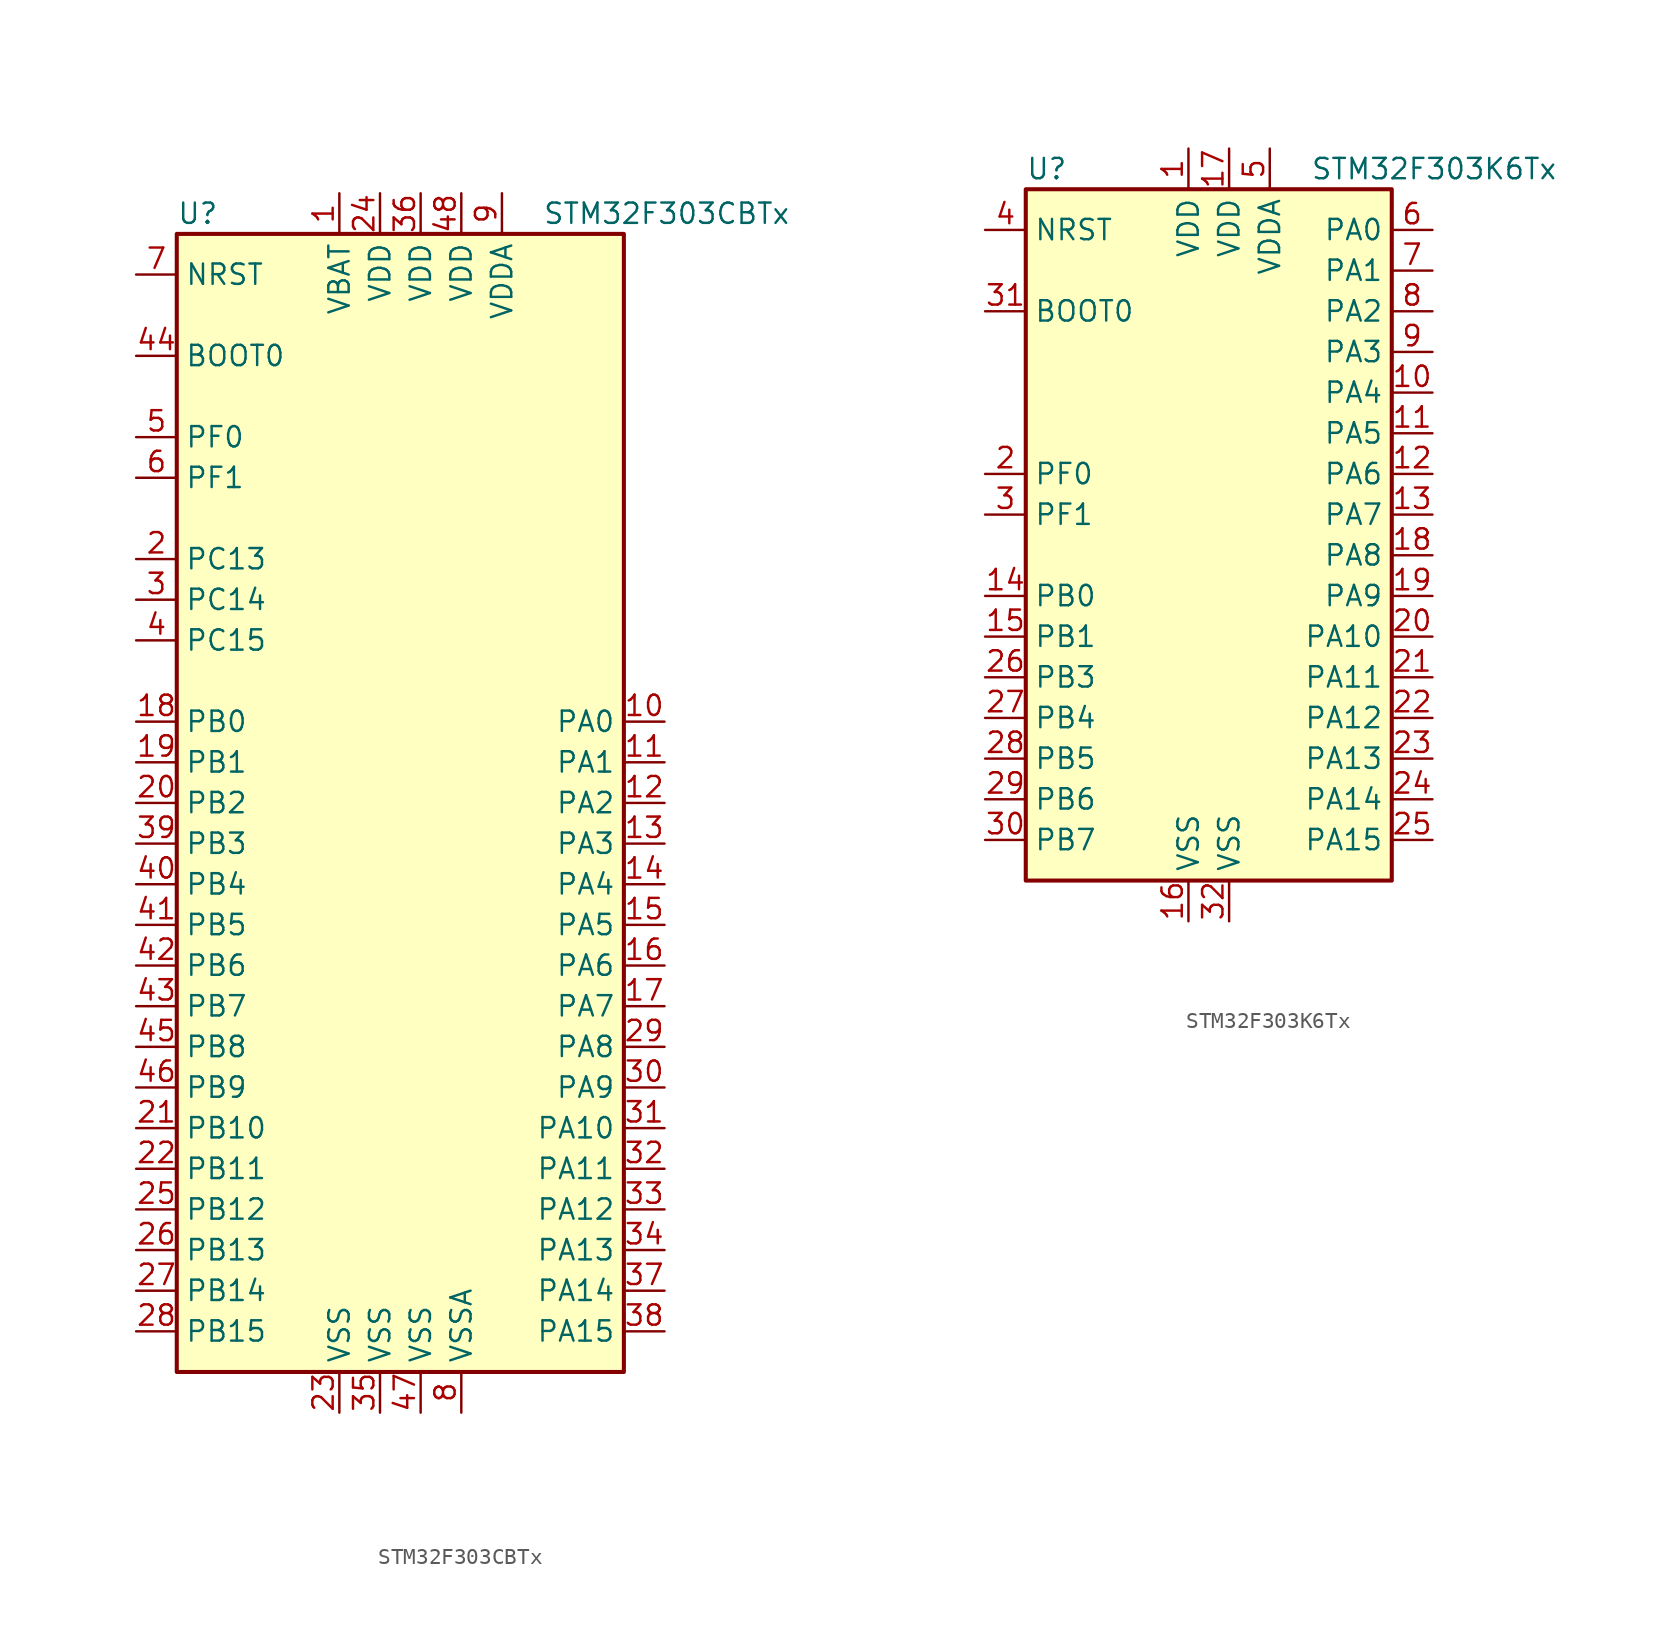
<source format=kicad_sym>
(kicad_symbol_lib
  (version 20201005)
  (generator kicad_symbol_editor)
  (symbol "STM32F303CBTx"
    (property "Reference" "U"
      (at -15.24 36.83 0)
      (effects (font (size 1.27 1.27)) (justify left)))
    (property "Value" "STM32F303CBTx"
      (at 7.62 36.83 0)
      (effects (font (size 1.27 1.27)) (justify left)))
    (symbol "STM32F303CBTx_0_1"
      (rectangle (start -15.24 -35.56) (end 12.7 35.56) (stroke (width 0.254)) (fill (type background))))
    (symbol "STM32F303CBTx_1_1"
      (pin power_in line (at -5.08 38.1 270) (length 2.54) (name "VBAT" (effects (font (size 1.27 1.27)))) (number "1" (effects (font (size 1.27 1.27)))))
      (pin bidirectional line (at 15.24 5.08 180) (length 2.54) (name "PA0" (effects (font (size 1.27 1.27)))) (number "10" (effects (font (size 1.27 1.27)))))
      (pin bidirectional line (at 15.24 2.54 180) (length 2.54) (name "PA1" (effects (font (size 1.27 1.27)))) (number "11" (effects (font (size 1.27 1.27)))))
      (pin bidirectional line (at 15.24 0 180) (length 2.54) (name "PA2" (effects (font (size 1.27 1.27)))) (number "12" (effects (font (size 1.27 1.27)))))
      (pin bidirectional line (at 15.24 -2.54 180) (length 2.54) (name "PA3" (effects (font (size 1.27 1.27)))) (number "13" (effects (font (size 1.27 1.27)))))
      (pin bidirectional line (at 15.24 -5.08 180) (length 2.54) (name "PA4" (effects (font (size 1.27 1.27)))) (number "14" (effects (font (size 1.27 1.27)))))
      (pin bidirectional line (at 15.24 -7.62 180) (length 2.54) (name "PA5" (effects (font (size 1.27 1.27)))) (number "15" (effects (font (size 1.27 1.27)))))
      (pin bidirectional line (at 15.24 -10.16 180) (length 2.54) (name "PA6" (effects (font (size 1.27 1.27)))) (number "16" (effects (font (size 1.27 1.27)))))
      (pin bidirectional line (at 15.24 -12.7 180) (length 2.54) (name "PA7" (effects (font (size 1.27 1.27)))) (number "17" (effects (font (size 1.27 1.27)))))
      (pin bidirectional line (at -17.78 5.08 0) (length 2.54) (name "PB0" (effects (font (size 1.27 1.27)))) (number "18" (effects (font (size 1.27 1.27)))))
      (pin bidirectional line (at -17.78 2.54 0) (length 2.54) (name "PB1" (effects (font (size 1.27 1.27)))) (number "19" (effects (font (size 1.27 1.27)))))
      (pin bidirectional line (at -17.78 15.24 0) (length 2.54) (name "PC13" (effects (font (size 1.27 1.27)))) (number "2" (effects (font (size 1.27 1.27)))))
      (pin bidirectional line (at -17.78 0 0) (length 2.54) (name "PB2" (effects (font (size 1.27 1.27)))) (number "20" (effects (font (size 1.27 1.27)))))
      (pin bidirectional line (at -17.78 -20.32 0) (length 2.54) (name "PB10" (effects (font (size 1.27 1.27)))) (number "21" (effects (font (size 1.27 1.27)))))
      (pin bidirectional line (at -17.78 -22.86 0) (length 2.54) (name "PB11" (effects (font (size 1.27 1.27)))) (number "22" (effects (font (size 1.27 1.27)))))
      (pin power_in line (at -5.08 -38.1 90) (length 2.54) (name "VSS" (effects (font (size 1.27 1.27)))) (number "23" (effects (font (size 1.27 1.27)))))
      (pin power_in line (at -2.54 38.1 270) (length 2.54) (name "VDD" (effects (font (size 1.27 1.27)))) (number "24" (effects (font (size 1.27 1.27)))))
      (pin bidirectional line (at -17.78 -25.4 0) (length 2.54) (name "PB12" (effects (font (size 1.27 1.27)))) (number "25" (effects (font (size 1.27 1.27)))))
      (pin bidirectional line (at -17.78 -27.94 0) (length 2.54) (name "PB13" (effects (font (size 1.27 1.27)))) (number "26" (effects (font (size 1.27 1.27)))))
      (pin bidirectional line (at -17.78 -30.48 0) (length 2.54) (name "PB14" (effects (font (size 1.27 1.27)))) (number "27" (effects (font (size 1.27 1.27)))))
      (pin bidirectional line (at -17.78 -33.02 0) (length 2.54) (name "PB15" (effects (font (size 1.27 1.27)))) (number "28" (effects (font (size 1.27 1.27)))))
      (pin bidirectional line (at 15.24 -15.24 180) (length 2.54) (name "PA8" (effects (font (size 1.27 1.27)))) (number "29" (effects (font (size 1.27 1.27)))))
      (pin bidirectional line (at -17.78 12.7 0) (length 2.54) (name "PC14" (effects (font (size 1.27 1.27)))) (number "3" (effects (font (size 1.27 1.27)))))
      (pin bidirectional line (at 15.24 -17.78 180) (length 2.54) (name "PA9" (effects (font (size 1.27 1.27)))) (number "30" (effects (font (size 1.27 1.27)))))
      (pin bidirectional line (at 15.24 -20.32 180) (length 2.54) (name "PA10" (effects (font (size 1.27 1.27)))) (number "31" (effects (font (size 1.27 1.27)))))
      (pin bidirectional line (at 15.24 -22.86 180) (length 2.54) (name "PA11" (effects (font (size 1.27 1.27)))) (number "32" (effects (font (size 1.27 1.27)))))
      (pin bidirectional line (at 15.24 -25.4 180) (length 2.54) (name "PA12" (effects (font (size 1.27 1.27)))) (number "33" (effects (font (size 1.27 1.27)))))
      (pin bidirectional line (at 15.24 -27.94 180) (length 2.54) (name "PA13" (effects (font (size 1.27 1.27)))) (number "34" (effects (font (size 1.27 1.27)))))
      (pin power_in line (at -2.54 -38.1 90) (length 2.54) (name "VSS" (effects (font (size 1.27 1.27)))) (number "35" (effects (font (size 1.27 1.27)))))
      (pin power_in line (at 0 38.1 270) (length 2.54) (name "VDD" (effects (font (size 1.27 1.27)))) (number "36" (effects (font (size 1.27 1.27)))))
      (pin bidirectional line (at 15.24 -30.48 180) (length 2.54) (name "PA14" (effects (font (size 1.27 1.27)))) (number "37" (effects (font (size 1.27 1.27)))))
      (pin bidirectional line (at 15.24 -33.02 180) (length 2.54) (name "PA15" (effects (font (size 1.27 1.27)))) (number "38" (effects (font (size 1.27 1.27)))))
      (pin bidirectional line (at -17.78 -2.54 0) (length 2.54) (name "PB3" (effects (font (size 1.27 1.27)))) (number "39" (effects (font (size 1.27 1.27)))))
      (pin bidirectional line (at -17.78 10.16 0) (length 2.54) (name "PC15" (effects (font (size 1.27 1.27)))) (number "4" (effects (font (size 1.27 1.27)))))
      (pin bidirectional line (at -17.78 -5.08 0) (length 2.54) (name "PB4" (effects (font (size 1.27 1.27)))) (number "40" (effects (font (size 1.27 1.27)))))
      (pin bidirectional line (at -17.78 -7.62 0) (length 2.54) (name "PB5" (effects (font (size 1.27 1.27)))) (number "41" (effects (font (size 1.27 1.27)))))
      (pin bidirectional line (at -17.78 -10.16 0) (length 2.54) (name "PB6" (effects (font (size 1.27 1.27)))) (number "42" (effects (font (size 1.27 1.27)))))
      (pin bidirectional line (at -17.78 -12.7 0) (length 2.54) (name "PB7" (effects (font (size 1.27 1.27)))) (number "43" (effects (font (size 1.27 1.27)))))
      (pin input line (at -17.78 27.94 0) (length 2.54) (name "BOOT0" (effects (font (size 1.27 1.27)))) (number "44" (effects (font (size 1.27 1.27)))))
      (pin bidirectional line (at -17.78 -15.24 0) (length 2.54) (name "PB8" (effects (font (size 1.27 1.27)))) (number "45" (effects (font (size 1.27 1.27)))))
      (pin bidirectional line (at -17.78 -17.78 0) (length 2.54) (name "PB9" (effects (font (size 1.27 1.27)))) (number "46" (effects (font (size 1.27 1.27)))))
      (pin power_in line (at 0 -38.1 90) (length 2.54) (name "VSS" (effects (font (size 1.27 1.27)))) (number "47" (effects (font (size 1.27 1.27)))))
      (pin power_in line (at 2.54 38.1 270) (length 2.54) (name "VDD" (effects (font (size 1.27 1.27)))) (number "48" (effects (font (size 1.27 1.27)))))
      (pin input line (at -17.78 22.86 0) (length 2.54) (name "PF0" (effects (font (size 1.27 1.27)))) (number "5" (effects (font (size 1.27 1.27)))))
      (pin input line (at -17.78 20.32 0) (length 2.54) (name "PF1" (effects (font (size 1.27 1.27)))) (number "6" (effects (font (size 1.27 1.27)))))
      (pin input line (at -17.78 33.02 0) (length 2.54) (name "NRST" (effects (font (size 1.27 1.27)))) (number "7" (effects (font (size 1.27 1.27)))))
      (pin power_in line (at 2.54 -38.1 90) (length 2.54) (name "VSSA" (effects (font (size 1.27 1.27)))) (number "8" (effects (font (size 1.27 1.27)))))
      (pin power_in line (at 5.08 38.1 270) (length 2.54) (name "VDDA" (effects (font (size 1.27 1.27)))) (number "9" (effects (font (size 1.27 1.27)))))))
  (symbol "STM32F303K6Tx"
    (property "Reference" "U"
      (at -12.7 21.59 0)
      (effects (font (size 1.27 1.27)) (justify left)))
    (property "Value" "STM32F303K6Tx"
      (at 5.08 21.59 0)
      (effects (font (size 1.27 1.27)) (justify left)))
    (symbol "STM32F303K6Tx_0_1"
      (rectangle (start -12.7 -22.86) (end 10.16 20.32) (stroke (width 0.254)) (fill (type background))))
    (symbol "STM32F303K6Tx_1_1"
      (pin power_in line (at -2.54 22.86 270) (length 2.54) (name "VDD" (effects (font (size 1.27 1.27)))) (number "1" (effects (font (size 1.27 1.27)))))
      (pin bidirectional line (at 12.7 7.62 180) (length 2.54) (name "PA4" (effects (font (size 1.27 1.27)))) (number "10" (effects (font (size 1.27 1.27)))))
      (pin bidirectional line (at 12.7 5.08 180) (length 2.54) (name "PA5" (effects (font (size 1.27 1.27)))) (number "11" (effects (font (size 1.27 1.27)))))
      (pin bidirectional line (at 12.7 2.54 180) (length 2.54) (name "PA6" (effects (font (size 1.27 1.27)))) (number "12" (effects (font (size 1.27 1.27)))))
      (pin bidirectional line (at 12.7 0 180) (length 2.54) (name "PA7" (effects (font (size 1.27 1.27)))) (number "13" (effects (font (size 1.27 1.27)))))
      (pin bidirectional line (at -15.24 -5.08 0) (length 2.54) (name "PB0" (effects (font (size 1.27 1.27)))) (number "14" (effects (font (size 1.27 1.27)))))
      (pin bidirectional line (at -15.24 -7.62 0) (length 2.54) (name "PB1" (effects (font (size 1.27 1.27)))) (number "15" (effects (font (size 1.27 1.27)))))
      (pin power_in line (at -2.54 -25.4 90) (length 2.54) (name "VSS" (effects (font (size 1.27 1.27)))) (number "16" (effects (font (size 1.27 1.27)))))
      (pin power_in line (at 0 22.86 270) (length 2.54) (name "VDD" (effects (font (size 1.27 1.27)))) (number "17" (effects (font (size 1.27 1.27)))))
      (pin bidirectional line (at 12.7 -2.54 180) (length 2.54) (name "PA8" (effects (font (size 1.27 1.27)))) (number "18" (effects (font (size 1.27 1.27)))))
      (pin bidirectional line (at 12.7 -5.08 180) (length 2.54) (name "PA9" (effects (font (size 1.27 1.27)))) (number "19" (effects (font (size 1.27 1.27)))))
      (pin input line (at -15.24 2.54 0) (length 2.54) (name "PF0" (effects (font (size 1.27 1.27)))) (number "2" (effects (font (size 1.27 1.27)))))
      (pin bidirectional line (at 12.7 -7.62 180) (length 2.54) (name "PA10" (effects (font (size 1.27 1.27)))) (number "20" (effects (font (size 1.27 1.27)))))
      (pin bidirectional line (at 12.7 -10.16 180) (length 2.54) (name "PA11" (effects (font (size 1.27 1.27)))) (number "21" (effects (font (size 1.27 1.27)))))
      (pin bidirectional line (at 12.7 -12.7 180) (length 2.54) (name "PA12" (effects (font (size 1.27 1.27)))) (number "22" (effects (font (size 1.27 1.27)))))
      (pin bidirectional line (at 12.7 -15.24 180) (length 2.54) (name "PA13" (effects (font (size 1.27 1.27)))) (number "23" (effects (font (size 1.27 1.27)))))
      (pin bidirectional line (at 12.7 -17.78 180) (length 2.54) (name "PA14" (effects (font (size 1.27 1.27)))) (number "24" (effects (font (size 1.27 1.27)))))
      (pin bidirectional line (at 12.7 -20.32 180) (length 2.54) (name "PA15" (effects (font (size 1.27 1.27)))) (number "25" (effects (font (size 1.27 1.27)))))
      (pin bidirectional line (at -15.24 -10.16 0) (length 2.54) (name "PB3" (effects (font (size 1.27 1.27)))) (number "26" (effects (font (size 1.27 1.27)))))
      (pin bidirectional line (at -15.24 -12.7 0) (length 2.54) (name "PB4" (effects (font (size 1.27 1.27)))) (number "27" (effects (font (size 1.27 1.27)))))
      (pin bidirectional line (at -15.24 -15.24 0) (length 2.54) (name "PB5" (effects (font (size 1.27 1.27)))) (number "28" (effects (font (size 1.27 1.27)))))
      (pin bidirectional line (at -15.24 -17.78 0) (length 2.54) (name "PB6" (effects (font (size 1.27 1.27)))) (number "29" (effects (font (size 1.27 1.27)))))
      (pin input line (at -15.24 0 0) (length 2.54) (name "PF1" (effects (font (size 1.27 1.27)))) (number "3" (effects (font (size 1.27 1.27)))))
      (pin bidirectional line (at -15.24 -20.32 0) (length 2.54) (name "PB7" (effects (font (size 1.27 1.27)))) (number "30" (effects (font (size 1.27 1.27)))))
      (pin input line (at -15.24 12.7 0) (length 2.54) (name "BOOT0" (effects (font (size 1.27 1.27)))) (number "31" (effects (font (size 1.27 1.27)))))
      (pin power_in line (at 0 -25.4 90) (length 2.54) (name "VSS" (effects (font (size 1.27 1.27)))) (number "32" (effects (font (size 1.27 1.27)))))
      (pin input line (at -15.24 17.78 0) (length 2.54) (name "NRST" (effects (font (size 1.27 1.27)))) (number "4" (effects (font (size 1.27 1.27)))))
      (pin power_in line (at 2.54 22.86 270) (length 2.54) (name "VDDA" (effects (font (size 1.27 1.27)))) (number "5" (effects (font (size 1.27 1.27)))))
      (pin bidirectional line (at 12.7 17.78 180) (length 2.54) (name "PA0" (effects (font (size 1.27 1.27)))) (number "6" (effects (font (size 1.27 1.27)))))
      (pin bidirectional line (at 12.7 15.24 180) (length 2.54) (name "PA1" (effects (font (size 1.27 1.27)))) (number "7" (effects (font (size 1.27 1.27)))))
      (pin bidirectional line (at 12.7 12.7 180) (length 2.54) (name "PA2" (effects (font (size 1.27 1.27)))) (number "8" (effects (font (size 1.27 1.27)))))
      (pin bidirectional line (at 12.7 10.16 180) (length 2.54) (name "PA3" (effects (font (size 1.27 1.27)))) (number "9" (effects (font (size 1.27 1.27))))))))
</source>
